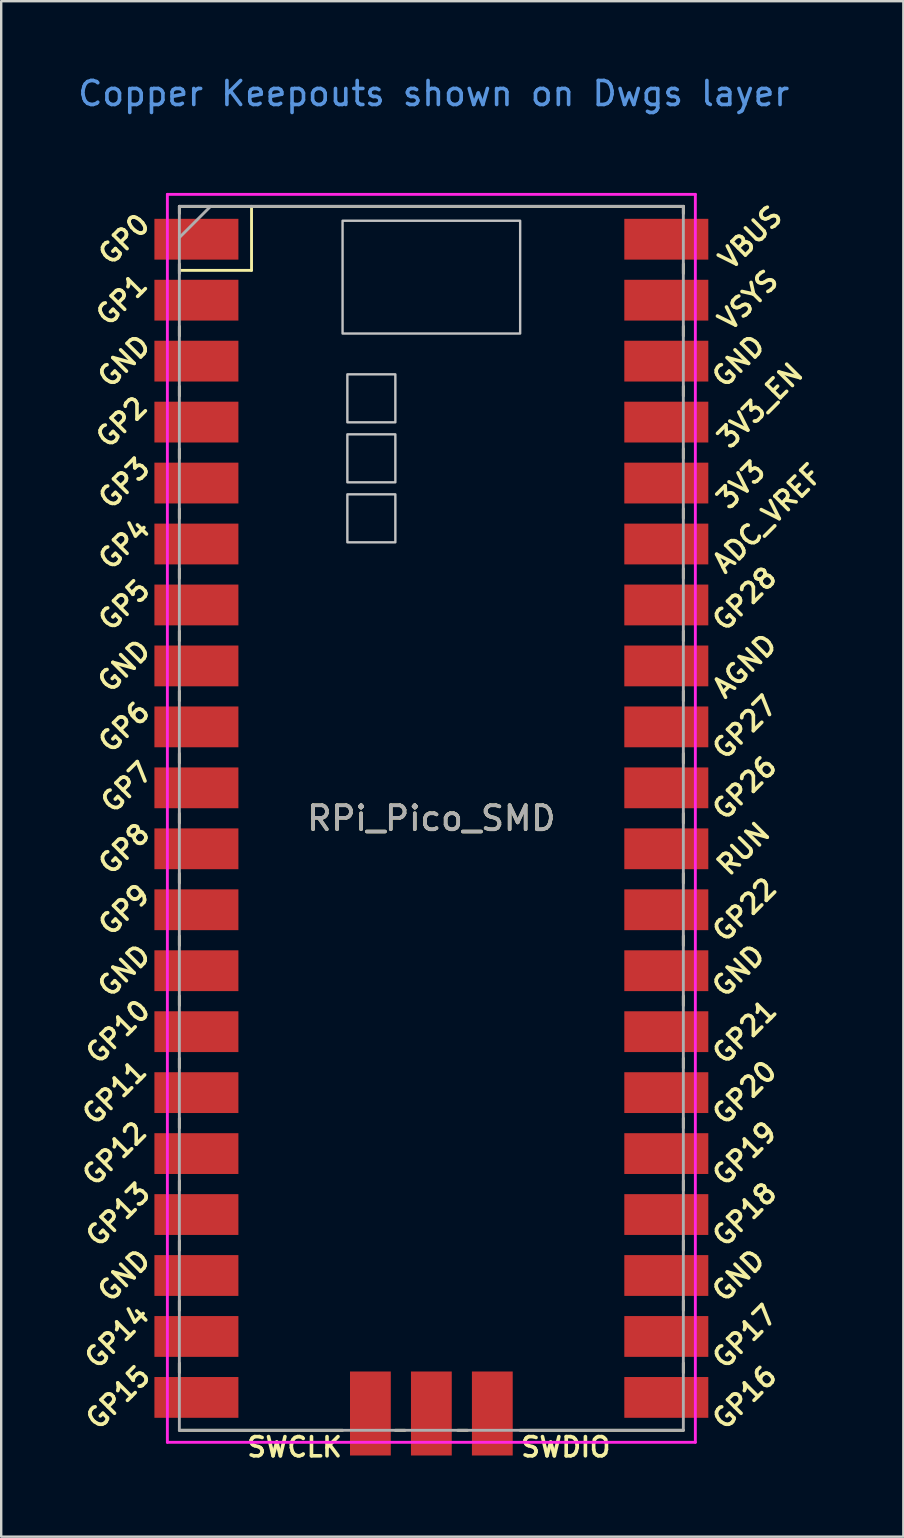
<source format=kicad_pcb>
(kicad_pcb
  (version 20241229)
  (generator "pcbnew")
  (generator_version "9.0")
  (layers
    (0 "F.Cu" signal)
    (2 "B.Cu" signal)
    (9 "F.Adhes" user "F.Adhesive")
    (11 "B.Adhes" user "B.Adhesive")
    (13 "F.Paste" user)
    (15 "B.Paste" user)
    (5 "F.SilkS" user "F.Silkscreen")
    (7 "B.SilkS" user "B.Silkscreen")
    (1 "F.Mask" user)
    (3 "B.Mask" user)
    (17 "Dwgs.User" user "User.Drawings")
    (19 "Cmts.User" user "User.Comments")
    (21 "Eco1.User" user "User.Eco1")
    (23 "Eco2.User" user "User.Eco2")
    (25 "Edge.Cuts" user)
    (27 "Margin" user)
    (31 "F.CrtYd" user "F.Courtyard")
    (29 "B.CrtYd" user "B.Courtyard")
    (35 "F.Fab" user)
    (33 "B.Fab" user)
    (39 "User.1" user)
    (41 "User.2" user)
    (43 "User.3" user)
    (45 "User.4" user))
  (footprint "RPi_Pico_SMD"
    (layer "F.Cu")
    (at 14.924 31.048)
    (property "Reference" "RPi_Pico_SMD" (at 0 0 0) (layer "F.SilkS") (effects (font (size 1 1) (thickness 0.15))))
    (attr smd)
    (fp_line (start -10.5 -25.5) (end -10.5 -25.2) (stroke (width 0.12) (type solid)) (layer "F.SilkS"))
    (fp_line (start -10.5 -25.5) (end 10.5 -25.5) (stroke (width 0.12) (type solid)) (layer "F.SilkS"))
    (fp_line (start -10.5 -23.1) (end -10.5 -22.7) (stroke (width 0.12) (type solid)) (layer "F.SilkS"))
    (fp_line (start -10.5 -22.833) (end -7.493 -22.833) (stroke (width 0.12) (type solid)) (layer "F.SilkS"))
    (fp_line (start -10.5 -20.5) (end -10.5 -20.1) (stroke (width 0.12) (type solid)) (layer "F.SilkS"))
    (fp_line (start -10.5 -18) (end -10.5 -17.6) (stroke (width 0.12) (type solid)) (layer "F.SilkS"))
    (fp_line (start -10.5 -15.4) (end -10.5 -15) (stroke (width 0.12) (type solid)) (layer "F.SilkS"))
    (fp_line (start -10.5 -12.9) (end -10.5 -12.5) (stroke (width 0.12) (type solid)) (layer "F.SilkS"))
    (fp_line (start -10.5 -10.4) (end -10.5 -10) (stroke (width 0.12) (type solid)) (layer "F.SilkS"))
    (fp_line (start -10.5 -7.8) (end -10.5 -7.4) (stroke (width 0.12) (type solid)) (layer "F.SilkS"))
    (fp_line (start -10.5 -5.3) (end -10.5 -4.9) (stroke (width 0.12) (type solid)) (layer "F.SilkS"))
    (fp_line (start -10.5 -2.7) (end -10.5 -2.3) (stroke (width 0.12) (type solid)) (layer "F.SilkS"))
    (fp_line (start -10.5 -0.2) (end -10.5 0.2) (stroke (width 0.12) (type solid)) (layer "F.SilkS"))
    (fp_line (start -10.5 2.3) (end -10.5 2.7) (stroke (width 0.12) (type solid)) (layer "F.SilkS"))
    (fp_line (start -10.5 4.9) (end -10.5 5.3) (stroke (width 0.12) (type solid)) (layer "F.SilkS"))
    (fp_line (start -10.5 7.4) (end -10.5 7.8) (stroke (width 0.12) (type solid)) (layer "F.SilkS"))
    (fp_line (start -10.5 10) (end -10.5 10.4) (stroke (width 0.12) (type solid)) (layer "F.SilkS"))
    (fp_line (start -10.5 12.5) (end -10.5 12.9) (stroke (width 0.12) (type solid)) (layer "F.SilkS"))
    (fp_line (start -10.5 15.1) (end -10.5 15.5) (stroke (width 0.12) (type solid)) (layer "F.SilkS"))
    (fp_line (start -10.5 17.6) (end -10.5 18) (stroke (width 0.12) (type solid)) (layer "F.SilkS"))
    (fp_line (start -10.5 20.1) (end -10.5 20.5) (stroke (width 0.12) (type solid)) (layer "F.SilkS"))
    (fp_line (start -10.5 22.7) (end -10.5 23.1) (stroke (width 0.12) (type solid)) (layer "F.SilkS"))
    (fp_line (start -7.493 -22.833) (end -7.493 -25.5) (stroke (width 0.12) (type solid)) (layer "F.SilkS"))
    (fp_line (start -3.7 25.5) (end -10.5 25.5) (stroke (width 0.12) (type solid)) (layer "F.SilkS"))
    (fp_line (start -1.5 25.5) (end -1.1 25.5) (stroke (width 0.12) (type solid)) (layer "F.SilkS"))
    (fp_line (start 1.1 25.5) (end 1.5 25.5) (stroke (width 0.12) (type solid)) (layer "F.SilkS"))
    (fp_line (start 10.5 -25.5) (end 10.5 -25.2) (stroke (width 0.12) (type solid)) (layer "F.SilkS"))
    (fp_line (start 10.5 -23.1) (end 10.5 -22.7) (stroke (width 0.12) (type solid)) (layer "F.SilkS"))
    (fp_line (start 10.5 -20.5) (end 10.5 -20.1) (stroke (width 0.12) (type solid)) (layer "F.SilkS"))
    (fp_line (start 10.5 -18) (end 10.5 -17.6) (stroke (width 0.12) (type solid)) (layer "F.SilkS"))
    (fp_line (start 10.5 -15.4) (end 10.5 -15) (stroke (width 0.12) (type solid)) (layer "F.SilkS"))
    (fp_line (start 10.5 -12.9) (end 10.5 -12.5) (stroke (width 0.12) (type solid)) (layer "F.SilkS"))
    (fp_line (start 10.5 -10.4) (end 10.5 -10) (stroke (width 0.12) (type solid)) (layer "F.SilkS"))
    (fp_line (start 10.5 -7.8) (end 10.5 -7.4) (stroke (width 0.12) (type solid)) (layer "F.SilkS"))
    (fp_line (start 10.5 -5.3) (end 10.5 -4.9) (stroke (width 0.12) (type solid)) (layer "F.SilkS"))
    (fp_line (start 10.5 -2.7) (end 10.5 -2.3) (stroke (width 0.12) (type solid)) (layer "F.SilkS"))
    (fp_line (start 10.5 -0.2) (end 10.5 0.2) (stroke (width 0.12) (type solid)) (layer "F.SilkS"))
    (fp_line (start 10.5 2.3) (end 10.5 2.7) (stroke (width 0.12) (type solid)) (layer "F.SilkS"))
    (fp_line (start 10.5 4.9) (end 10.5 5.3) (stroke (width 0.12) (type solid)) (layer "F.SilkS"))
    (fp_line (start 10.5 7.4) (end 10.5 7.8) (stroke (width 0.12) (type solid)) (layer "F.SilkS"))
    (fp_line (start 10.5 10) (end 10.5 10.4) (stroke (width 0.12) (type solid)) (layer "F.SilkS"))
    (fp_line (start 10.5 12.5) (end 10.5 12.9) (stroke (width 0.12) (type solid)) (layer "F.SilkS"))
    (fp_line (start 10.5 15.1) (end 10.5 15.5) (stroke (width 0.12) (type solid)) (layer "F.SilkS"))
    (fp_line (start 10.5 17.6) (end 10.5 18) (stroke (width 0.12) (type solid)) (layer "F.SilkS"))
    (fp_line (start 10.5 20.1) (end 10.5 20.5) (stroke (width 0.12) (type solid)) (layer "F.SilkS"))
    (fp_line (start 10.5 22.7) (end 10.5 23.1) (stroke (width 0.12) (type solid)) (layer "F.SilkS"))
    (fp_line (start 10.5 25.5) (end 3.7 25.5) (stroke (width 0.12) (type solid)) (layer "F.SilkS"))
    (fp_poly (pts (xy -1.5 -16.5) (xy -3.5 -16.5) (xy -3.5 -18.5) (xy -1.5 -18.5)) (stroke (width 0.1) (type solid)) (fill no) (layer "Dwgs.User"))
    (fp_poly (pts (xy -1.5 -14) (xy -3.5 -14) (xy -3.5 -16) (xy -1.5 -16)) (stroke (width 0.1) (type solid)) (fill no) (layer "Dwgs.User"))
    (fp_poly (pts (xy -1.5 -11.5) (xy -3.5 -11.5) (xy -3.5 -13.5) (xy -1.5 -13.5)) (stroke (width 0.1) (type solid)) (fill no) (layer "Dwgs.User"))
    (fp_poly (pts (xy 3.7 -20.2) (xy -3.7 -20.2) (xy -3.7 -24.9) (xy 3.7 -24.9)) (stroke (width 0.1) (type solid)) (fill no) (layer "Dwgs.User"))
    (fp_line (start -11 -26) (end 11 -26) (stroke (width 0.12) (type solid)) (layer "F.CrtYd"))
    (fp_line (start -11 26) (end -11 -26) (stroke (width 0.12) (type solid)) (layer "F.CrtYd"))
    (fp_line (start 11 -26) (end 11 26) (stroke (width 0.12) (type solid)) (layer "F.CrtYd"))
    (fp_line (start 11 26) (end -11 26) (stroke (width 0.12) (type solid)) (layer "F.CrtYd"))
    (fp_line (start -10.5 -25.5) (end 10.5 -25.5) (stroke (width 0.12) (type solid)) (layer "F.Fab"))
    (fp_line (start -10.5 -24.2) (end -9.2 -25.5) (stroke (width 0.12) (type solid)) (layer "F.Fab"))
    (fp_line (start -10.5 25.5) (end -10.5 -25.5) (stroke (width 0.12) (type solid)) (layer "F.Fab"))
    (fp_line (start 10.5 -25.5) (end 10.5 25.5) (stroke (width 0.12) (type solid)) (layer "F.Fab"))
    (fp_line (start 10.5 25.5) (end -10.5 25.5) (stroke (width 0.12) (type solid)) (layer "F.Fab"))
    (fp_text user "GP5" (at -12.8 -8.89 45) (layer "F.SilkS") (effects (font (size 0.8 0.8) (thickness 0.15))))
    (fp_text user "GP18" (at 13.054 16.51 45) (layer "F.SilkS") (effects (font (size 0.8 0.8) (thickness 0.15))))
    (fp_text user "ADC_VREF" (at 14 -12.5 45) (layer "F.SilkS") (effects (font (size 0.8 0.8) (thickness 0.15))))
    (fp_text user "GP20" (at 13.054 11.43 45) (layer "F.SilkS") (effects (font (size 0.8 0.8) (thickness 0.15))))
    (fp_text user "GND" (at -12.8 -19.05 45) (layer "F.SilkS") (effects (font (size 0.8 0.8) (thickness 0.15))))
    (fp_text user "3V3" (at 12.9 -13.9 45) (layer "F.SilkS") (effects (font (size 0.8 0.8) (thickness 0.15))))
    (fp_text user "3V3_EN" (at 13.7 -17.2 45) (layer "F.SilkS") (effects (font (size 0.8 0.8) (thickness 0.15))))
    (fp_text user "GP26" (at 13.054 -1.27 45) (layer "F.SilkS") (effects (font (size 0.8 0.8) (thickness 0.15))))
    (fp_text user "GP21" (at 13.054 8.9 45) (layer "F.SilkS") (effects (font (size 0.8 0.8) (thickness 0.15))))
    (fp_text user "SWCLK" (at -5.7 26.2 0) (layer "F.SilkS") (effects (font (size 0.8 0.8) (thickness 0.15))))
    (fp_text user "GP12" (at -13.2 13.97 45) (layer "F.SilkS") (effects (font (size 0.8 0.8) (thickness 0.15))))
    (fp_text user "GP9" (at -12.8 3.81 45) (layer "F.SilkS") (effects (font (size 0.8 0.8) (thickness 0.15))))
    (fp_text user "SWDIO" (at 5.6 26.2 0) (layer "F.SilkS") (effects (font (size 0.8 0.8) (thickness 0.15))))
    (fp_text user "GP1" (at -12.9 -21.6 45) (layer "F.SilkS") (effects (font (size 0.8 0.8) (thickness 0.15))))
    (fp_text user "GP28" (at 13.054 -9.144 45) (layer "F.SilkS") (effects (font (size 0.8 0.8) (thickness 0.15))))
    (fp_text user "GND" (at -12.8 -6.35 45) (layer "F.SilkS") (effects (font (size 0.8 0.8) (thickness 0.15))))
    (fp_text user "GND" (at 12.8 19.05 45) (layer "F.SilkS") (effects (font (size 0.8 0.8) (thickness 0.15))))
    (fp_text user "GND" (at -12.8 6.35 45) (layer "F.SilkS") (effects (font (size 0.8 0.8) (thickness 0.15))))
    (fp_text user "GP11" (at -13.2 11.43 45) (layer "F.SilkS") (effects (font (size 0.8 0.8) (thickness 0.15))))
    (fp_text user "GP4" (at -12.8 -11.43 45) (layer "F.SilkS") (effects (font (size 0.8 0.8) (thickness 0.15))))
    (fp_text user "VSYS" (at 13.2 -21.59 45) (layer "F.SilkS") (effects (font (size 0.8 0.8) (thickness 0.15))))
    (fp_text user "GP10" (at -13.054 8.89 45) (layer "F.SilkS") (effects (font (size 0.8 0.8) (thickness 0.15))))
    (fp_text user "VBUS" (at 13.3 -24.2 45) (layer "F.SilkS") (effects (font (size 0.8 0.8) (thickness 0.15))))
    (fp_text user "GP17" (at 13.054 21.59 45) (layer "F.SilkS") (effects (font (size 0.8 0.8) (thickness 0.15))))
    (fp_text user "GP22" (at 13.054 3.81 45) (layer "F.SilkS") (effects (font (size 0.8 0.8) (thickness 0.15))))
    (fp_text user "GP0" (at -12.8 -24.13 45) (layer "F.SilkS") (effects (font (size 0.8 0.8) (thickness 0.15))))
    (fp_text user "RUN" (at 13 1.27 45) (layer "F.SilkS") (effects (font (size 0.8 0.8) (thickness 0.15))))
    (fp_text user "GP2" (at -12.9 -16.51 45) (layer "F.SilkS") (effects (font (size 0.8 0.8) (thickness 0.15))))
    (fp_text user "GP7" (at -12.7 -1.3 45) (layer "F.SilkS") (effects (font (size 0.8 0.8) (thickness 0.15))))
    (fp_text user "GP16" (at 13.054 24.13 45) (layer "F.SilkS") (effects (font (size 0.8 0.8) (thickness 0.15))))
    (fp_text user "GP6" (at -12.8 -3.81 45) (layer "F.SilkS") (effects (font (size 0.8 0.8) (thickness 0.15))))
    (fp_text user "GP13" (at -13.054 16.51 45) (layer "F.SilkS") (effects (font (size 0.8 0.8) (thickness 0.15))))
    (fp_text user "GP15" (at -13.054 24.13 45) (layer "F.SilkS") (effects (font (size 0.8 0.8) (thickness 0.15))))
    (fp_text user "GND" (at -12.8 19.05 45) (layer "F.SilkS") (effects (font (size 0.8 0.8) (thickness 0.15))))
    (fp_text user "GND" (at 12.8 -19.05 45) (layer "F.SilkS") (effects (font (size 0.8 0.8) (thickness 0.15))))
    (fp_text user "GP27" (at 13.054 -3.8 45) (layer "F.SilkS") (effects (font (size 0.8 0.8) (thickness 0.15))))
    (fp_text user "GP3" (at -12.8 -13.97 45) (layer "F.SilkS") (effects (font (size 0.8 0.8) (thickness 0.15))))
    (fp_text user "GP8" (at -12.8 1.27 45) (layer "F.SilkS") (effects (font (size 0.8 0.8) (thickness 0.15))))
    (fp_text user "GP14" (at -13.1 21.59 45) (layer "F.SilkS") (effects (font (size 0.8 0.8) (thickness 0.15))))
    (fp_text user "AGND" (at 13.054 -6.35 45) (layer "F.SilkS") (effects (font (size 0.8 0.8) (thickness 0.15))))
    (fp_text user "GND" (at 12.8 6.35 45) (layer "F.SilkS") (effects (font (size 0.8 0.8) (thickness 0.15))))
    (fp_text user "GP19" (at 13.054 13.97 45) (layer "F.SilkS") (effects (font (size 0.8 0.8) (thickness 0.15))))
    (fp_text user "Copper Keepouts shown on Dwgs layer" (at 0.1 -30.2 0) (layer "Cmts.User") (effects (font (size 1 1) (thickness 0.15))))
    (fp_text user "${REFERENCE}" (at 0 0 180) (layer "F.Fab") (effects (font (size 1 1) (thickness 0.15))))
    (pad "1" smd rect (at -8.89 -24.13) (size 3.5 1.7) (drill (offset -0.9 0)) (layers "F.Cu" "F.Mask"))
    (pad "2" smd rect (at -8.89 -21.59) (size 3.5 1.7) (drill (offset -0.9 0)) (layers "F.Cu" "F.Mask"))
    (pad "3" smd rect (at -8.89 -19.05) (size 3.5 1.7) (drill (offset -0.9 0)) (layers "F.Cu" "F.Mask"))
    (pad "4" smd rect (at -8.89 -16.51) (size 3.5 1.7) (drill (offset -0.9 0)) (layers "F.Cu" "F.Mask"))
    (pad "5" smd rect (at -8.89 -13.97) (size 3.5 1.7) (drill (offset -0.9 0)) (layers "F.Cu" "F.Mask"))
    (pad "6" smd rect (at -8.89 -11.43) (size 3.5 1.7) (drill (offset -0.9 0)) (layers "F.Cu" "F.Mask"))
    (pad "7" smd rect (at -8.89 -8.89) (size 3.5 1.7) (drill (offset -0.9 0)) (layers "F.Cu" "F.Mask"))
    (pad "8" smd rect (at -8.89 -6.35) (size 3.5 1.7) (drill (offset -0.9 0)) (layers "F.Cu" "F.Mask"))
    (pad "9" smd rect (at -8.89 -3.81) (size 3.5 1.7) (drill (offset -0.9 0)) (layers "F.Cu" "F.Mask"))
    (pad "10" smd rect (at -8.89 -1.27) (size 3.5 1.7) (drill (offset -0.9 0)) (layers "F.Cu" "F.Mask"))
    (pad "11" smd rect (at -8.89 1.27) (size 3.5 1.7) (drill (offset -0.9 0)) (layers "F.Cu" "F.Mask"))
    (pad "12" smd rect (at -8.89 3.81) (size 3.5 1.7) (drill (offset -0.9 0)) (layers "F.Cu" "F.Mask"))
    (pad "13" smd rect (at -8.89 6.35) (size 3.5 1.7) (drill (offset -0.9 0)) (layers "F.Cu" "F.Mask"))
    (pad "14" smd rect (at -8.89 8.89) (size 3.5 1.7) (drill (offset -0.9 0)) (layers "F.Cu" "F.Mask"))
    (pad "15" smd rect (at -8.89 11.43) (size 3.5 1.7) (drill (offset -0.9 0)) (layers "F.Cu" "F.Mask"))
    (pad "16" smd rect (at -8.89 13.97) (size 3.5 1.7) (drill (offset -0.9 0)) (layers "F.Cu" "F.Mask"))
    (pad "17" smd rect (at -8.89 16.51) (size 3.5 1.7) (drill (offset -0.9 0)) (layers "F.Cu" "F.Mask"))
    (pad "18" smd rect (at -8.89 19.05) (size 3.5 1.7) (drill (offset -0.9 0)) (layers "F.Cu" "F.Mask"))
    (pad "19" smd rect (at -8.89 21.59) (size 3.5 1.7) (drill (offset -0.9 0)) (layers "F.Cu" "F.Mask"))
    (pad "20" smd rect (at -8.89 24.13) (size 3.5 1.7) (drill (offset -0.9 0)) (layers "F.Cu" "F.Mask"))
    (pad "21" smd rect (at 8.89 24.13) (size 3.5 1.7) (drill (offset 0.9 0)) (layers "F.Cu" "F.Mask"))
    (pad "22" smd rect (at 8.89 21.59) (size 3.5 1.7) (drill (offset 0.9 0)) (layers "F.Cu" "F.Mask"))
    (pad "23" smd rect (at 8.89 19.05) (size 3.5 1.7) (drill (offset 0.9 0)) (layers "F.Cu" "F.Mask"))
    (pad "24" smd rect (at 8.89 16.51) (size 3.5 1.7) (drill (offset 0.9 0)) (layers "F.Cu" "F.Mask"))
    (pad "25" smd rect (at 8.89 13.97) (size 3.5 1.7) (drill (offset 0.9 0)) (layers "F.Cu" "F.Mask"))
    (pad "26" smd rect (at 8.89 11.43) (size 3.5 1.7) (drill (offset 0.9 0)) (layers "F.Cu" "F.Mask"))
    (pad "27" smd rect (at 8.89 8.89) (size 3.5 1.7) (drill (offset 0.9 0)) (layers "F.Cu" "F.Mask"))
    (pad "28" smd rect (at 8.89 6.35) (size 3.5 1.7) (drill (offset 0.9 0)) (layers "F.Cu" "F.Mask"))
    (pad "29" smd rect (at 8.89 3.81) (size 3.5 1.7) (drill (offset 0.9 0)) (layers "F.Cu" "F.Mask"))
    (pad "30" smd rect (at 8.89 1.27) (size 3.5 1.7) (drill (offset 0.9 0)) (layers "F.Cu" "F.Mask"))
    (pad "31" smd rect (at 8.89 -1.27) (size 3.5 1.7) (drill (offset 0.9 0)) (layers "F.Cu" "F.Mask"))
    (pad "32" smd rect (at 8.89 -3.81) (size 3.5 1.7) (drill (offset 0.9 0)) (layers "F.Cu" "F.Mask"))
    (pad "33" smd rect (at 8.89 -6.35) (size 0.001 0.001) (drill (offset 0.9 0)) (layers "F.Cu" "F.Mask"))
    (pad "33" smd rect (at 8.89 -6.35) (size 3.5 1.7) (drill (offset 0.9 0)) (layers "F.Cu" "F.Mask"))
    (pad "34" smd rect (at 8.89 -8.89) (size 3.5 1.7) (drill (offset 0.9 0)) (layers "F.Cu" "F.Mask"))
    (pad "35" smd rect (at 8.89 -11.43) (size 3.5 1.7) (drill (offset 0.9 0)) (layers "F.Cu" "F.Mask"))
    (pad "36" smd rect (at 8.89 -13.97) (size 3.5 1.7) (drill (offset 0.9 0)) (layers "F.Cu" "F.Mask"))
    (pad "37" smd rect (at 8.89 -16.51) (size 3.5 1.7) (drill (offset 0.9 0)) (layers "F.Cu" "F.Mask"))
    (pad "38" smd rect (at 8.89 -19.05) (size 3.5 1.7) (drill (offset 0.9 0)) (layers "F.Cu" "F.Mask"))
    (pad "39" smd rect (at 8.89 -21.59) (size 3.5 1.7) (drill (offset 0.9 0)) (layers "F.Cu" "F.Mask"))
    (pad "40" smd rect (at 8.89 -24.13) (size 3.5 1.7) (drill (offset 0.9 0)) (layers "F.Cu" "F.Mask"))
    (pad "41" smd rect (at -2.54 23.9 90) (size 3.5 1.7) (drill (offset -0.9 0)) (layers "F.Cu" "F.Mask"))
    (pad "42" smd rect (at 0 23.9 90) (size 3.5 1.7) (drill (offset -0.9 0)) (layers "F.Cu" "F.Mask"))
    (pad "43" smd rect (at 2.54 23.9 90) (size 3.5 1.7) (drill (offset -0.9 0)) (layers "F.Cu" "F.Mask")))
  (gr_rect
    (start -3 -3)
    (end 34.591 60.98)
    (stroke (width 0.1) (type default))
    (fill no)
    (layer "Edge.Cuts")))
</source>
